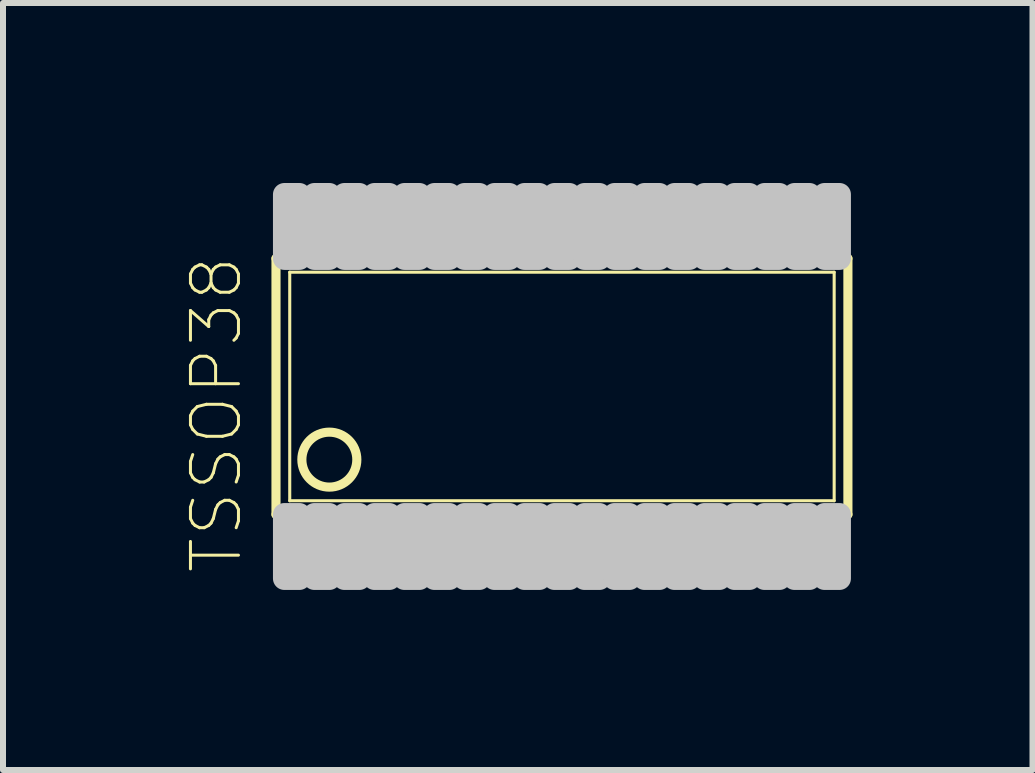
<source format=kicad_pcb>
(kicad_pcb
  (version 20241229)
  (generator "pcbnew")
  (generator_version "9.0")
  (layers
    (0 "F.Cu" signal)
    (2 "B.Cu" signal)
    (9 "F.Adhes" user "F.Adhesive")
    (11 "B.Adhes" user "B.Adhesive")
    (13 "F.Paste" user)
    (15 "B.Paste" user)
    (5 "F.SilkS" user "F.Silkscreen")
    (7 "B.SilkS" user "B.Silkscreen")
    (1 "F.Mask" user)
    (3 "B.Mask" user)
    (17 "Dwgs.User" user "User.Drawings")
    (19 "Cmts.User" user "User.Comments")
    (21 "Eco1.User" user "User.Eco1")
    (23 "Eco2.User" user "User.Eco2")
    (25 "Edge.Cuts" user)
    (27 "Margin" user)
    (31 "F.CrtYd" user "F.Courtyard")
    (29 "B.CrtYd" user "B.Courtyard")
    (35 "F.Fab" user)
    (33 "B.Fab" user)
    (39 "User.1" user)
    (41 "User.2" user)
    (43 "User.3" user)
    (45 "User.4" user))
  (footprint "TSSOP38"
    (layer "F.Cu")
    (at 6.314 3.39)
    (property "Reference" "TSSOP38" (at -5.758 0.468 90) (layer "F.SilkS") (effects (font (size 0.8 0.8) (thickness 0.05))))
    (attr smd)
    (fp_line (start -4.765 2.133) (end -4.765 -2.133) (stroke (width 0.152) (type solid)) (layer "F.SilkS"))
    (fp_line (start -4.765 2.133) (end 4.765 2.133) (stroke (width 0.152) (type solid)) (layer "F.SilkS"))
    (fp_line (start -4.536 1.904) (end -4.536 -1.904) (stroke (width 0.051) (type solid)) (layer "F.SilkS"))
    (fp_line (start -4.536 1.904) (end 4.536 1.904) (stroke (width 0.051) (type solid)) (layer "F.SilkS"))
    (fp_line (start 4.536 -1.904) (end -4.536 -1.904) (stroke (width 0.051) (type solid)) (layer "F.SilkS"))
    (fp_line (start 4.536 -1.904) (end 4.536 1.904) (stroke (width 0.051) (type solid)) (layer "F.SilkS"))
    (fp_line (start 4.765 -2.133) (end -4.765 -2.133) (stroke (width 0.152) (type solid)) (layer "F.SilkS"))
    (fp_line (start 4.765 -2.133) (end 4.765 2.133) (stroke (width 0.152) (type solid)) (layer "F.SilkS"))
    (fp_circle (center -3.876 1.219) (end -3.418 1.219) (stroke (width 0.152) (type solid)) (fill no) (layer "F.SilkS"))
    (fp_poly (pts (xy -4.625 2.133) (xy -4.375 2.133) (xy -4.375 3.2) (xy -4.625 3.2)) (stroke (width 0.381) (type solid)) (fill no) (layer "Dwgs.User"))
    (fp_poly (pts (xy -4.375 -2.133) (xy -4.625 -2.133) (xy -4.625 -3.2) (xy -4.375 -3.2)) (stroke (width 0.381) (type solid)) (fill no) (layer "Dwgs.User"))
    (fp_poly (pts (xy -4.125 2.133) (xy -3.875 2.133) (xy -3.875 3.2) (xy -4.125 3.2)) (stroke (width 0.381) (type solid)) (fill no) (layer "Dwgs.User"))
    (fp_poly (pts (xy -3.875 -2.133) (xy -4.125 -2.133) (xy -4.125 -3.2) (xy -3.875 -3.2)) (stroke (width 0.381) (type solid)) (fill no) (layer "Dwgs.User"))
    (fp_poly (pts (xy -3.625 2.133) (xy -3.375 2.133) (xy -3.375 3.2) (xy -3.625 3.2)) (stroke (width 0.381) (type solid)) (fill no) (layer "Dwgs.User"))
    (fp_poly (pts (xy -3.375 -2.133) (xy -3.625 -2.133) (xy -3.625 -3.2) (xy -3.375 -3.2)) (stroke (width 0.381) (type solid)) (fill no) (layer "Dwgs.User"))
    (fp_poly (pts (xy -3.125 2.133) (xy -2.875 2.133) (xy -2.875 3.2) (xy -3.125 3.2)) (stroke (width 0.381) (type solid)) (fill no) (layer "Dwgs.User"))
    (fp_poly (pts (xy -2.875 -2.133) (xy -3.125 -2.133) (xy -3.125 -3.2) (xy -2.875 -3.2)) (stroke (width 0.381) (type solid)) (fill no) (layer "Dwgs.User"))
    (fp_poly (pts (xy -2.625 2.133) (xy -2.375 2.133) (xy -2.375 3.2) (xy -2.625 3.2)) (stroke (width 0.381) (type solid)) (fill no) (layer "Dwgs.User"))
    (fp_poly (pts (xy -2.375 -2.133) (xy -2.625 -2.133) (xy -2.625 -3.2) (xy -2.375 -3.2)) (stroke (width 0.381) (type solid)) (fill no) (layer "Dwgs.User"))
    (fp_poly (pts (xy -2.125 2.133) (xy -1.875 2.133) (xy -1.875 3.2) (xy -2.125 3.2)) (stroke (width 0.381) (type solid)) (fill no) (layer "Dwgs.User"))
    (fp_poly (pts (xy -1.875 -2.133) (xy -2.125 -2.133) (xy -2.125 -3.2) (xy -1.875 -3.2)) (stroke (width 0.381) (type solid)) (fill no) (layer "Dwgs.User"))
    (fp_poly (pts (xy -1.625 2.133) (xy -1.375 2.133) (xy -1.375 3.2) (xy -1.625 3.2)) (stroke (width 0.381) (type solid)) (fill no) (layer "Dwgs.User"))
    (fp_poly (pts (xy -1.375 -2.133) (xy -1.625 -2.133) (xy -1.625 -3.2) (xy -1.375 -3.2)) (stroke (width 0.381) (type solid)) (fill no) (layer "Dwgs.User"))
    (fp_poly (pts (xy -1.125 2.133) (xy -0.875 2.133) (xy -0.875 3.2) (xy -1.125 3.2)) (stroke (width 0.381) (type solid)) (fill no) (layer "Dwgs.User"))
    (fp_poly (pts (xy -0.875 -2.133) (xy -1.125 -2.133) (xy -1.125 -3.2) (xy -0.875 -3.2)) (stroke (width 0.381) (type solid)) (fill no) (layer "Dwgs.User"))
    (fp_poly (pts (xy -0.625 2.133) (xy -0.375 2.133) (xy -0.375 3.2) (xy -0.625 3.2)) (stroke (width 0.381) (type solid)) (fill no) (layer "Dwgs.User"))
    (fp_poly (pts (xy -0.375 -2.133) (xy -0.625 -2.133) (xy -0.625 -3.2) (xy -0.375 -3.2)) (stroke (width 0.381) (type solid)) (fill no) (layer "Dwgs.User"))
    (fp_poly (pts (xy -0.125 2.133) (xy 0.125 2.133) (xy 0.125 3.2) (xy -0.125 3.2)) (stroke (width 0.381) (type solid)) (fill no) (layer "Dwgs.User"))
    (fp_poly (pts (xy 0.125 -2.133) (xy -0.125 -2.133) (xy -0.125 -3.2) (xy 0.125 -3.2)) (stroke (width 0.381) (type solid)) (fill no) (layer "Dwgs.User"))
    (fp_poly (pts (xy 0.375 2.133) (xy 0.625 2.133) (xy 0.625 3.2) (xy 0.375 3.2)) (stroke (width 0.381) (type solid)) (fill no) (layer "Dwgs.User"))
    (fp_poly (pts (xy 0.625 -2.133) (xy 0.375 -2.133) (xy 0.375 -3.2) (xy 0.625 -3.2)) (stroke (width 0.381) (type solid)) (fill no) (layer "Dwgs.User"))
    (fp_poly (pts (xy 0.875 2.133) (xy 1.125 2.133) (xy 1.125 3.2) (xy 0.875 3.2)) (stroke (width 0.381) (type solid)) (fill no) (layer "Dwgs.User"))
    (fp_poly (pts (xy 1.125 -2.133) (xy 0.875 -2.133) (xy 0.875 -3.2) (xy 1.125 -3.2)) (stroke (width 0.381) (type solid)) (fill no) (layer "Dwgs.User"))
    (fp_poly (pts (xy 1.375 2.133) (xy 1.625 2.133) (xy 1.625 3.2) (xy 1.375 3.2)) (stroke (width 0.381) (type solid)) (fill no) (layer "Dwgs.User"))
    (fp_poly (pts (xy 1.625 -2.133) (xy 1.375 -2.133) (xy 1.375 -3.2) (xy 1.625 -3.2)) (stroke (width 0.381) (type solid)) (fill no) (layer "Dwgs.User"))
    (fp_poly (pts (xy 1.875 2.133) (xy 2.125 2.133) (xy 2.125 3.2) (xy 1.875 3.2)) (stroke (width 0.381) (type solid)) (fill no) (layer "Dwgs.User"))
    (fp_poly (pts (xy 2.125 -2.133) (xy 1.875 -2.133) (xy 1.875 -3.2) (xy 2.125 -3.2)) (stroke (width 0.381) (type solid)) (fill no) (layer "Dwgs.User"))
    (fp_poly (pts (xy 2.375 2.133) (xy 2.625 2.133) (xy 2.625 3.2) (xy 2.375 3.2)) (stroke (width 0.381) (type solid)) (fill no) (layer "Dwgs.User"))
    (fp_poly (pts (xy 2.625 -2.133) (xy 2.375 -2.133) (xy 2.375 -3.2) (xy 2.625 -3.2)) (stroke (width 0.381) (type solid)) (fill no) (layer "Dwgs.User"))
    (fp_poly (pts (xy 2.875 2.133) (xy 3.125 2.133) (xy 3.125 3.2) (xy 2.875 3.2)) (stroke (width 0.381) (type solid)) (fill no) (layer "Dwgs.User"))
    (fp_poly (pts (xy 3.125 -2.133) (xy 2.875 -2.133) (xy 2.875 -3.2) (xy 3.125 -3.2)) (stroke (width 0.381) (type solid)) (fill no) (layer "Dwgs.User"))
    (fp_poly (pts (xy 3.375 2.133) (xy 3.625 2.133) (xy 3.625 3.2) (xy 3.375 3.2)) (stroke (width 0.381) (type solid)) (fill no) (layer "Dwgs.User"))
    (fp_poly (pts (xy 3.625 -2.133) (xy 3.375 -2.133) (xy 3.375 -3.2) (xy 3.625 -3.2)) (stroke (width 0.381) (type solid)) (fill no) (layer "Dwgs.User"))
    (fp_poly (pts (xy 3.875 2.133) (xy 4.125 2.133) (xy 4.125 3.2) (xy 3.875 3.2)) (stroke (width 0.381) (type solid)) (fill no) (layer "Dwgs.User"))
    (fp_poly (pts (xy 4.125 -2.133) (xy 3.875 -2.133) (xy 3.875 -3.2) (xy 4.125 -3.2)) (stroke (width 0.381) (type solid)) (fill no) (layer "Dwgs.User"))
    (fp_poly (pts (xy 4.375 2.133) (xy 4.625 2.133) (xy 4.625 3.2) (xy 4.375 3.2)) (stroke (width 0.381) (type solid)) (fill no) (layer "Dwgs.User"))
    (fp_poly (pts (xy 4.625 -2.133) (xy 4.375 -2.133) (xy 4.375 -3.2) (xy 4.625 -3.2)) (stroke (width 0.381) (type solid)) (fill no) (layer "Dwgs.User"))
    (pad "1" smd rect (at -4.5 2.825) (size 0.3 1.1) (layers "F.Cu" "F.Mask" "F.Paste"))
    (pad "2" smd rect (at -4 2.825) (size 0.3 1.1) (layers "F.Cu" "F.Mask" "F.Paste"))
    (pad "3" smd rect (at -3.5 2.825) (size 0.3 1.1) (layers "F.Cu" "F.Mask" "F.Paste"))
    (pad "4" smd rect (at -3 2.825) (size 0.3 1.1) (layers "F.Cu" "F.Mask" "F.Paste"))
    (pad "5" smd rect (at -2.5 2.825) (size 0.3 1.1) (layers "F.Cu" "F.Mask" "F.Paste"))
    (pad "6" smd rect (at -2 2.825) (size 0.3 1.1) (layers "F.Cu" "F.Mask" "F.Paste"))
    (pad "7" smd rect (at -1.5 2.825) (size 0.3 1.1) (layers "F.Cu" "F.Mask" "F.Paste"))
    (pad "8" smd rect (at -1 2.825) (size 0.3 1.1) (layers "F.Cu" "F.Mask" "F.Paste"))
    (pad "9" smd rect (at -0.5 2.825) (size 0.3 1.1) (layers "F.Cu" "F.Mask" "F.Paste"))
    (pad "10" smd rect (at 0 2.825) (size 0.3 1.1) (layers "F.Cu" "F.Mask" "F.Paste"))
    (pad "11" smd rect (at 0.5 2.825) (size 0.3 1.1) (layers "F.Cu" "F.Mask" "F.Paste"))
    (pad "12" smd rect (at 1 2.825) (size 0.3 1.1) (layers "F.Cu" "F.Mask" "F.Paste"))
    (pad "13" smd rect (at 1.5 2.825) (size 0.3 1.1) (layers "F.Cu" "F.Mask" "F.Paste"))
    (pad "14" smd rect (at 2 2.825) (size 0.3 1.1) (layers "F.Cu" "F.Mask" "F.Paste"))
    (pad "15" smd rect (at 2.5 2.825) (size 0.3 1.1) (layers "F.Cu" "F.Mask" "F.Paste"))
    (pad "16" smd rect (at 3 2.825) (size 0.3 1.1) (layers "F.Cu" "F.Mask" "F.Paste"))
    (pad "17" smd rect (at 3.5 2.825) (size 0.3 1.1) (layers "F.Cu" "F.Mask" "F.Paste"))
    (pad "18" smd rect (at 4 2.825) (size 0.3 1.1) (layers "F.Cu" "F.Mask" "F.Paste"))
    (pad "19" smd rect (at 4.5 2.825) (size 0.3 1.1) (layers "F.Cu" "F.Mask" "F.Paste"))
    (pad "20" smd rect (at 4.5 -2.825 180) (size 0.3 1.1) (layers "F.Cu" "F.Mask" "F.Paste"))
    (pad "21" smd rect (at 4 -2.825 180) (size 0.3 1.1) (layers "F.Cu" "F.Mask" "F.Paste"))
    (pad "22" smd rect (at 3.5 -2.825 180) (size 0.3 1.1) (layers "F.Cu" "F.Mask" "F.Paste"))
    (pad "23" smd rect (at 3 -2.825 180) (size 0.3 1.1) (layers "F.Cu" "F.Mask" "F.Paste"))
    (pad "24" smd rect (at 2.5 -2.825 180) (size 0.3 1.1) (layers "F.Cu" "F.Mask" "F.Paste"))
    (pad "25" smd rect (at 2 -2.825 180) (size 0.3 1.1) (layers "F.Cu" "F.Mask" "F.Paste"))
    (pad "26" smd rect (at 1.5 -2.825 180) (size 0.3 1.1) (layers "F.Cu" "F.Mask" "F.Paste"))
    (pad "27" smd rect (at 1 -2.825 180) (size 0.3 1.1) (layers "F.Cu" "F.Mask" "F.Paste"))
    (pad "28" smd rect (at 0.5 -2.825 180) (size 0.3 1.1) (layers "F.Cu" "F.Mask" "F.Paste"))
    (pad "29" smd rect (at 0 -2.825 180) (size 0.3 1.1) (layers "F.Cu" "F.Mask" "F.Paste"))
    (pad "30" smd rect (at -0.5 -2.825 180) (size 0.3 1.1) (layers "F.Cu" "F.Mask" "F.Paste"))
    (pad "31" smd rect (at -1 -2.825 180) (size 0.3 1.1) (layers "F.Cu" "F.Mask" "F.Paste"))
    (pad "32" smd rect (at -1.5 -2.825 180) (size 0.3 1.1) (layers "F.Cu" "F.Mask" "F.Paste"))
    (pad "33" smd rect (at -2 -2.825 180) (size 0.3 1.1) (layers "F.Cu" "F.Mask" "F.Paste"))
    (pad "34" smd rect (at -2.5 -2.825 180) (size 0.3 1.1) (layers "F.Cu" "F.Mask" "F.Paste"))
    (pad "35" smd rect (at -3 -2.825 180) (size 0.3 1.1) (layers "F.Cu" "F.Mask" "F.Paste"))
    (pad "36" smd rect (at -3.5 -2.825 180) (size 0.3 1.1) (layers "F.Cu" "F.Mask" "F.Paste"))
    (pad "37" smd rect (at -4 -2.825 180) (size 0.3 1.1) (layers "F.Cu" "F.Mask" "F.Paste"))
    (pad "38" smd rect (at -4.5 -2.825 180) (size 0.3 1.1) (layers "F.Cu" "F.Mask" "F.Paste")))
  (gr_rect
    (start -3 -3)
    (end 14.155 9.781)
    (stroke (width 0.1) (type default))
    (fill no)
    (layer "Edge.Cuts")))
</source>
